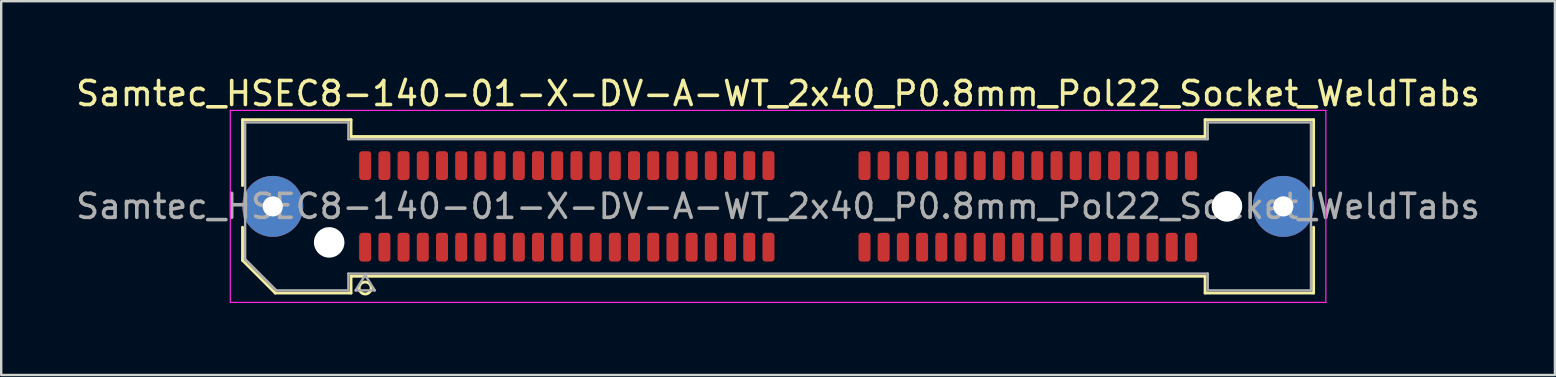
<source format=kicad_pcb>
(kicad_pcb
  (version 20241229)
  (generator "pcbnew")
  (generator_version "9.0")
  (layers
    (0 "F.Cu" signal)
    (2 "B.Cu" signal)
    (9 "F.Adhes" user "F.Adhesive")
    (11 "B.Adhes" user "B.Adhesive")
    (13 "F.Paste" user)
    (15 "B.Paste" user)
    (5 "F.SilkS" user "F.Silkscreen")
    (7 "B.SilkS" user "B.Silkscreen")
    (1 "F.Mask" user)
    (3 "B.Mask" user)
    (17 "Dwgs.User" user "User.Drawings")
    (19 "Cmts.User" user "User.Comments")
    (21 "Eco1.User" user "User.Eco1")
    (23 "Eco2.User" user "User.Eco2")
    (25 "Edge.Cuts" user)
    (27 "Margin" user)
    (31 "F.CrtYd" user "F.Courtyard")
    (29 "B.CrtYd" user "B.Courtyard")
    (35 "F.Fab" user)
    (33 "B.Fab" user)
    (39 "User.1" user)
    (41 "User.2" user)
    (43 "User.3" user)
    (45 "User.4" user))
  (footprint "Samtec_HSEC8-140-01-X-DV-A-WT_2x40_P0.8mm_Pol22_Socket_WeldTabs"
    (layer "F.Cu")
    (at 29.363 5.548)
    (property "Reference" "Samtec_HSEC8-140-01-X-DV-A-WT_2x40_P0.8mm_Pol22_Socket_WeldTabs" (at 0 -4.7 0) (layer "F.SilkS") (effects (font (size 1 1) (thickness 0.15))))
    (attr smd)
    (fp_line (start -22.31 -3.61) (end -17.79 -3.61) (stroke (width 0.12) (type solid)) (layer "F.SilkS"))
    (fp_line (start -22.31 -0.868) (end -22.31 -3.61) (stroke (width 0.12) (type solid)) (layer "F.SilkS"))
    (fp_line (start -22.31 2.246) (end -22.31 0.868) (stroke (width 0.12) (type solid)) (layer "F.SilkS"))
    (fp_line (start -20.946 3.61) (end -22.31 2.246) (stroke (width 0.12) (type solid)) (layer "F.SilkS"))
    (fp_line (start -17.79 -3.61) (end -17.79 -2.91) (stroke (width 0.12) (type solid)) (layer "F.SilkS"))
    (fp_line (start -17.79 -2.91) (end 17.79 -2.91) (stroke (width 0.12) (type solid)) (layer "F.SilkS"))
    (fp_line (start -17.79 2.91) (end -17.79 3.61) (stroke (width 0.12) (type solid)) (layer "F.SilkS"))
    (fp_line (start -17.79 3.61) (end -20.946 3.61) (stroke (width 0.12) (type solid)) (layer "F.SilkS"))
    (fp_line (start 17.79 -3.61) (end 22.31 -3.61) (stroke (width 0.12) (type solid)) (layer "F.SilkS"))
    (fp_line (start 17.79 -2.91) (end 17.79 -3.61) (stroke (width 0.12) (type solid)) (layer "F.SilkS"))
    (fp_line (start 17.79 2.91) (end -17.79 2.91) (stroke (width 0.12) (type solid)) (layer "F.SilkS"))
    (fp_line (start 17.79 3.61) (end 17.79 2.91) (stroke (width 0.12) (type solid)) (layer "F.SilkS"))
    (fp_line (start 22.31 -3.61) (end 22.31 -0.868) (stroke (width 0.12) (type solid)) (layer "F.SilkS"))
    (fp_line (start 22.31 0.868) (end 22.31 3.61) (stroke (width 0.12) (type solid)) (layer "F.SilkS"))
    (fp_line (start 22.31 3.61) (end 17.79 3.61) (stroke (width 0.12) (type solid)) (layer "F.SilkS"))
    (fp_arc (start -16.95 3.4) (mid -17.45 3.4) (end -16.95 3.4) (stroke (width 0.12) (type solid)) (layer "F.SilkS"))
    (fp_line (start -22.82 -4) (end -22.82 4) (stroke (width 0.05) (type solid)) (layer "F.CrtYd"))
    (fp_line (start -22.82 4) (end 22.82 4) (stroke (width 0.05) (type solid)) (layer "F.CrtYd"))
    (fp_line (start 22.82 -4) (end -22.82 -4) (stroke (width 0.05) (type solid)) (layer "F.CrtYd"))
    (fp_line (start 22.82 4) (end 22.82 -4) (stroke (width 0.05) (type solid)) (layer "F.CrtYd"))
    (fp_line (start -22.2 -3.5) (end -17.9 -3.5) (stroke (width 0.1) (type solid)) (layer "F.Fab"))
    (fp_line (start -22.2 2.2) (end -22.2 -3.5) (stroke (width 0.1) (type solid)) (layer "F.Fab"))
    (fp_line (start -20.9 3.5) (end -22.2 2.2) (stroke (width 0.1) (type solid)) (layer "F.Fab"))
    (fp_line (start -17.9 -3.5) (end -17.9 -2.8) (stroke (width 0.1) (type solid)) (layer "F.Fab"))
    (fp_line (start -17.9 -2.8) (end 17.9 -2.8) (stroke (width 0.1) (type solid)) (layer "F.Fab"))
    (fp_line (start -17.9 2.8) (end -17.9 3.5) (stroke (width 0.1) (type solid)) (layer "F.Fab"))
    (fp_line (start -17.9 3.5) (end -20.9 3.5) (stroke (width 0.1) (type solid)) (layer "F.Fab"))
    (fp_line (start -17.6 3.5) (end -17.2 2.86) (stroke (width 0.1) (type solid)) (layer "F.Fab"))
    (fp_line (start -17.2 2.86) (end -16.8 3.5) (stroke (width 0.1) (type solid)) (layer "F.Fab"))
    (fp_line (start -16.8 3.5) (end -17.6 3.5) (stroke (width 0.1) (type solid)) (layer "F.Fab"))
    (fp_line (start 17.9 -3.5) (end 22.2 -3.5) (stroke (width 0.1) (type solid)) (layer "F.Fab"))
    (fp_line (start 17.9 -2.8) (end 17.9 -3.5) (stroke (width 0.1) (type solid)) (layer "F.Fab"))
    (fp_line (start 17.9 2.8) (end -17.9 2.8) (stroke (width 0.1) (type solid)) (layer "F.Fab"))
    (fp_line (start 17.9 3.5) (end 17.9 2.8) (stroke (width 0.1) (type solid)) (layer "F.Fab"))
    (fp_line (start 22.2 -3.5) (end 22.2 3.5) (stroke (width 0.1) (type solid)) (layer "F.Fab"))
    (fp_line (start 22.2 3.5) (end 17.9 3.5) (stroke (width 0.1) (type solid)) (layer "F.Fab"))
    (fp_text user "${REFERENCE}" (at 0 0 0) (layer "F.Fab") (effects (font (size 1 1) (thickness 0.15))))
    (pad "" thru_hole circle (at -21.05 0) (size 2.54 2.54) (drill 0.84) (layers "*.Cu" "*.Mask" "F.Paste"))
    (pad "" np_thru_hole circle (at -18.7 1.5) (size 1.27 1.27) (drill 1.27) (layers "*.Cu" "*.Mask"))
    (pad "" np_thru_hole circle (at 18.7 0) (size 1.27 1.27) (drill 1.27) (layers "*.Cu" "*.Mask"))
    (pad "" thru_hole circle (at 21.05 0) (size 2.54 2.54) (drill 0.84) (layers "*.Cu" "*.Mask" "F.Paste"))
    (pad "1" smd roundrect (at -17.2 1.7) (size 0.5 1.2) (layers "F.Cu" "F.Mask" "F.Paste") (roundrect_rratio 0.25))
    (pad "2" smd roundrect (at -17.2 -1.7) (size 0.5 1.2) (layers "F.Cu" "F.Mask" "F.Paste") (roundrect_rratio 0.25))
    (pad "3" smd roundrect (at -16.4 1.7) (size 0.5 1.2) (layers "F.Cu" "F.Mask" "F.Paste") (roundrect_rratio 0.25))
    (pad "4" smd roundrect (at -16.4 -1.7) (size 0.5 1.2) (layers "F.Cu" "F.Mask" "F.Paste") (roundrect_rratio 0.25))
    (pad "5" smd roundrect (at -15.6 1.7) (size 0.5 1.2) (layers "F.Cu" "F.Mask" "F.Paste") (roundrect_rratio 0.25))
    (pad "6" smd roundrect (at -15.6 -1.7) (size 0.5 1.2) (layers "F.Cu" "F.Mask" "F.Paste") (roundrect_rratio 0.25))
    (pad "7" smd roundrect (at -14.8 1.7) (size 0.5 1.2) (layers "F.Cu" "F.Mask" "F.Paste") (roundrect_rratio 0.25))
    (pad "8" smd roundrect (at -14.8 -1.7) (size 0.5 1.2) (layers "F.Cu" "F.Mask" "F.Paste") (roundrect_rratio 0.25))
    (pad "9" smd roundrect (at -14 1.7) (size 0.5 1.2) (layers "F.Cu" "F.Mask" "F.Paste") (roundrect_rratio 0.25))
    (pad "10" smd roundrect (at -14 -1.7) (size 0.5 1.2) (layers "F.Cu" "F.Mask" "F.Paste") (roundrect_rratio 0.25))
    (pad "11" smd roundrect (at -13.2 1.7) (size 0.5 1.2) (layers "F.Cu" "F.Mask" "F.Paste") (roundrect_rratio 0.25))
    (pad "12" smd roundrect (at -13.2 -1.7) (size 0.5 1.2) (layers "F.Cu" "F.Mask" "F.Paste") (roundrect_rratio 0.25))
    (pad "13" smd roundrect (at -12.4 1.7) (size 0.5 1.2) (layers "F.Cu" "F.Mask" "F.Paste") (roundrect_rratio 0.25))
    (pad "14" smd roundrect (at -12.4 -1.7) (size 0.5 1.2) (layers "F.Cu" "F.Mask" "F.Paste") (roundrect_rratio 0.25))
    (pad "15" smd roundrect (at -11.6 1.7) (size 0.5 1.2) (layers "F.Cu" "F.Mask" "F.Paste") (roundrect_rratio 0.25))
    (pad "16" smd roundrect (at -11.6 -1.7) (size 0.5 1.2) (layers "F.Cu" "F.Mask" "F.Paste") (roundrect_rratio 0.25))
    (pad "17" smd roundrect (at -10.8 1.7) (size 0.5 1.2) (layers "F.Cu" "F.Mask" "F.Paste") (roundrect_rratio 0.25))
    (pad "18" smd roundrect (at -10.8 -1.7) (size 0.5 1.2) (layers "F.Cu" "F.Mask" "F.Paste") (roundrect_rratio 0.25))
    (pad "19" smd roundrect (at -10 1.7) (size 0.5 1.2) (layers "F.Cu" "F.Mask" "F.Paste") (roundrect_rratio 0.25))
    (pad "20" smd roundrect (at -10 -1.7) (size 0.5 1.2) (layers "F.Cu" "F.Mask" "F.Paste") (roundrect_rratio 0.25))
    (pad "21" smd roundrect (at -9.2 1.7) (size 0.5 1.2) (layers "F.Cu" "F.Mask" "F.Paste") (roundrect_rratio 0.25))
    (pad "22" smd roundrect (at -9.2 -1.7) (size 0.5 1.2) (layers "F.Cu" "F.Mask" "F.Paste") (roundrect_rratio 0.25))
    (pad "23" smd roundrect (at -8.4 1.7) (size 0.5 1.2) (layers "F.Cu" "F.Mask" "F.Paste") (roundrect_rratio 0.25))
    (pad "24" smd roundrect (at -8.4 -1.7) (size 0.5 1.2) (layers "F.Cu" "F.Mask" "F.Paste") (roundrect_rratio 0.25))
    (pad "25" smd roundrect (at -7.6 1.7) (size 0.5 1.2) (layers "F.Cu" "F.Mask" "F.Paste") (roundrect_rratio 0.25))
    (pad "26" smd roundrect (at -7.6 -1.7) (size 0.5 1.2) (layers "F.Cu" "F.Mask" "F.Paste") (roundrect_rratio 0.25))
    (pad "27" smd roundrect (at -6.8 1.7) (size 0.5 1.2) (layers "F.Cu" "F.Mask" "F.Paste") (roundrect_rratio 0.25))
    (pad "28" smd roundrect (at -6.8 -1.7) (size 0.5 1.2) (layers "F.Cu" "F.Mask" "F.Paste") (roundrect_rratio 0.25))
    (pad "29" smd roundrect (at -6 1.7) (size 0.5 1.2) (layers "F.Cu" "F.Mask" "F.Paste") (roundrect_rratio 0.25))
    (pad "30" smd roundrect (at -6 -1.7) (size 0.5 1.2) (layers "F.Cu" "F.Mask" "F.Paste") (roundrect_rratio 0.25))
    (pad "31" smd roundrect (at -5.2 1.7) (size 0.5 1.2) (layers "F.Cu" "F.Mask" "F.Paste") (roundrect_rratio 0.25))
    (pad "32" smd roundrect (at -5.2 -1.7) (size 0.5 1.2) (layers "F.Cu" "F.Mask" "F.Paste") (roundrect_rratio 0.25))
    (pad "33" smd roundrect (at -4.4 1.7) (size 0.5 1.2) (layers "F.Cu" "F.Mask" "F.Paste") (roundrect_rratio 0.25))
    (pad "34" smd roundrect (at -4.4 -1.7) (size 0.5 1.2) (layers "F.Cu" "F.Mask" "F.Paste") (roundrect_rratio 0.25))
    (pad "35" smd roundrect (at -3.6 1.7) (size 0.5 1.2) (layers "F.Cu" "F.Mask" "F.Paste") (roundrect_rratio 0.25))
    (pad "36" smd roundrect (at -3.6 -1.7) (size 0.5 1.2) (layers "F.Cu" "F.Mask" "F.Paste") (roundrect_rratio 0.25))
    (pad "37" smd roundrect (at -2.8 1.7) (size 0.5 1.2) (layers "F.Cu" "F.Mask" "F.Paste") (roundrect_rratio 0.25))
    (pad "38" smd roundrect (at -2.8 -1.7) (size 0.5 1.2) (layers "F.Cu" "F.Mask" "F.Paste") (roundrect_rratio 0.25))
    (pad "39" smd roundrect (at -2 1.7) (size 0.5 1.2) (layers "F.Cu" "F.Mask" "F.Paste") (roundrect_rratio 0.25))
    (pad "40" smd roundrect (at -2 -1.7) (size 0.5 1.2) (layers "F.Cu" "F.Mask" "F.Paste") (roundrect_rratio 0.25))
    (pad "41" smd roundrect (at -1.2 1.7) (size 0.5 1.2) (layers "F.Cu" "F.Mask" "F.Paste") (roundrect_rratio 0.25))
    (pad "42" smd roundrect (at -1.2 -1.7) (size 0.5 1.2) (layers "F.Cu" "F.Mask" "F.Paste") (roundrect_rratio 0.25))
    (pad "43" smd roundrect (at -0.4 1.7) (size 0.5 1.2) (layers "F.Cu" "F.Mask" "F.Paste") (roundrect_rratio 0.25))
    (pad "44" smd roundrect (at -0.4 -1.7) (size 0.5 1.2) (layers "F.Cu" "F.Mask" "F.Paste") (roundrect_rratio 0.25))
    (pad "45" smd roundrect (at 3.6 1.7) (size 0.5 1.2) (layers "F.Cu" "F.Mask" "F.Paste") (roundrect_rratio 0.25))
    (pad "46" smd roundrect (at 3.6 -1.7) (size 0.5 1.2) (layers "F.Cu" "F.Mask" "F.Paste") (roundrect_rratio 0.25))
    (pad "47" smd roundrect (at 4.4 1.7) (size 0.5 1.2) (layers "F.Cu" "F.Mask" "F.Paste") (roundrect_rratio 0.25))
    (pad "48" smd roundrect (at 4.4 -1.7) (size 0.5 1.2) (layers "F.Cu" "F.Mask" "F.Paste") (roundrect_rratio 0.25))
    (pad "49" smd roundrect (at 5.2 1.7) (size 0.5 1.2) (layers "F.Cu" "F.Mask" "F.Paste") (roundrect_rratio 0.25))
    (pad "50" smd roundrect (at 5.2 -1.7) (size 0.5 1.2) (layers "F.Cu" "F.Mask" "F.Paste") (roundrect_rratio 0.25))
    (pad "51" smd roundrect (at 6 1.7) (size 0.5 1.2) (layers "F.Cu" "F.Mask" "F.Paste") (roundrect_rratio 0.25))
    (pad "52" smd roundrect (at 6 -1.7) (size 0.5 1.2) (layers "F.Cu" "F.Mask" "F.Paste") (roundrect_rratio 0.25))
    (pad "53" smd roundrect (at 6.8 1.7) (size 0.5 1.2) (layers "F.Cu" "F.Mask" "F.Paste") (roundrect_rratio 0.25))
    (pad "54" smd roundrect (at 6.8 -1.7) (size 0.5 1.2) (layers "F.Cu" "F.Mask" "F.Paste") (roundrect_rratio 0.25))
    (pad "55" smd roundrect (at 7.6 1.7) (size 0.5 1.2) (layers "F.Cu" "F.Mask" "F.Paste") (roundrect_rratio 0.25))
    (pad "56" smd roundrect (at 7.6 -1.7) (size 0.5 1.2) (layers "F.Cu" "F.Mask" "F.Paste") (roundrect_rratio 0.25))
    (pad "57" smd roundrect (at 8.4 1.7) (size 0.5 1.2) (layers "F.Cu" "F.Mask" "F.Paste") (roundrect_rratio 0.25))
    (pad "58" smd roundrect (at 8.4 -1.7) (size 0.5 1.2) (layers "F.Cu" "F.Mask" "F.Paste") (roundrect_rratio 0.25))
    (pad "59" smd roundrect (at 9.2 1.7) (size 0.5 1.2) (layers "F.Cu" "F.Mask" "F.Paste") (roundrect_rratio 0.25))
    (pad "60" smd roundrect (at 9.2 -1.7) (size 0.5 1.2) (layers "F.Cu" "F.Mask" "F.Paste") (roundrect_rratio 0.25))
    (pad "61" smd roundrect (at 10 1.7) (size 0.5 1.2) (layers "F.Cu" "F.Mask" "F.Paste") (roundrect_rratio 0.25))
    (pad "62" smd roundrect (at 10 -1.7) (size 0.5 1.2) (layers "F.Cu" "F.Mask" "F.Paste") (roundrect_rratio 0.25))
    (pad "63" smd roundrect (at 10.8 1.7) (size 0.5 1.2) (layers "F.Cu" "F.Mask" "F.Paste") (roundrect_rratio 0.25))
    (pad "64" smd roundrect (at 10.8 -1.7) (size 0.5 1.2) (layers "F.Cu" "F.Mask" "F.Paste") (roundrect_rratio 0.25))
    (pad "65" smd roundrect (at 11.6 1.7) (size 0.5 1.2) (layers "F.Cu" "F.Mask" "F.Paste") (roundrect_rratio 0.25))
    (pad "66" smd roundrect (at 11.6 -1.7) (size 0.5 1.2) (layers "F.Cu" "F.Mask" "F.Paste") (roundrect_rratio 0.25))
    (pad "67" smd roundrect (at 12.4 1.7) (size 0.5 1.2) (layers "F.Cu" "F.Mask" "F.Paste") (roundrect_rratio 0.25))
    (pad "68" smd roundrect (at 12.4 -1.7) (size 0.5 1.2) (layers "F.Cu" "F.Mask" "F.Paste") (roundrect_rratio 0.25))
    (pad "69" smd roundrect (at 13.2 1.7) (size 0.5 1.2) (layers "F.Cu" "F.Mask" "F.Paste") (roundrect_rratio 0.25))
    (pad "70" smd roundrect (at 13.2 -1.7) (size 0.5 1.2) (layers "F.Cu" "F.Mask" "F.Paste") (roundrect_rratio 0.25))
    (pad "71" smd roundrect (at 14 1.7) (size 0.5 1.2) (layers "F.Cu" "F.Mask" "F.Paste") (roundrect_rratio 0.25))
    (pad "72" smd roundrect (at 14 -1.7) (size 0.5 1.2) (layers "F.Cu" "F.Mask" "F.Paste") (roundrect_rratio 0.25))
    (pad "73" smd roundrect (at 14.8 1.7) (size 0.5 1.2) (layers "F.Cu" "F.Mask" "F.Paste") (roundrect_rratio 0.25))
    (pad "74" smd roundrect (at 14.8 -1.7) (size 0.5 1.2) (layers "F.Cu" "F.Mask" "F.Paste") (roundrect_rratio 0.25))
    (pad "75" smd roundrect (at 15.6 1.7) (size 0.5 1.2) (layers "F.Cu" "F.Mask" "F.Paste") (roundrect_rratio 0.25))
    (pad "76" smd roundrect (at 15.6 -1.7) (size 0.5 1.2) (layers "F.Cu" "F.Mask" "F.Paste") (roundrect_rratio 0.25))
    (pad "77" smd roundrect (at 16.4 1.7) (size 0.5 1.2) (layers "F.Cu" "F.Mask" "F.Paste") (roundrect_rratio 0.25))
    (pad "78" smd roundrect (at 16.4 -1.7) (size 0.5 1.2) (layers "F.Cu" "F.Mask" "F.Paste") (roundrect_rratio 0.25))
    (pad "79" smd roundrect (at 17.2 1.7) (size 0.5 1.2) (layers "F.Cu" "F.Mask" "F.Paste") (roundrect_rratio 0.25))
    (pad "80" smd roundrect (at 17.2 -1.7) (size 0.5 1.2) (layers "F.Cu" "F.Mask" "F.Paste") (roundrect_rratio 0.25)))
  (gr_rect
    (start -3 -3)
    (end 61.726 12.573)
    (stroke (width 0.1) (type default))
    (fill no)
    (layer "Edge.Cuts")))
</source>
